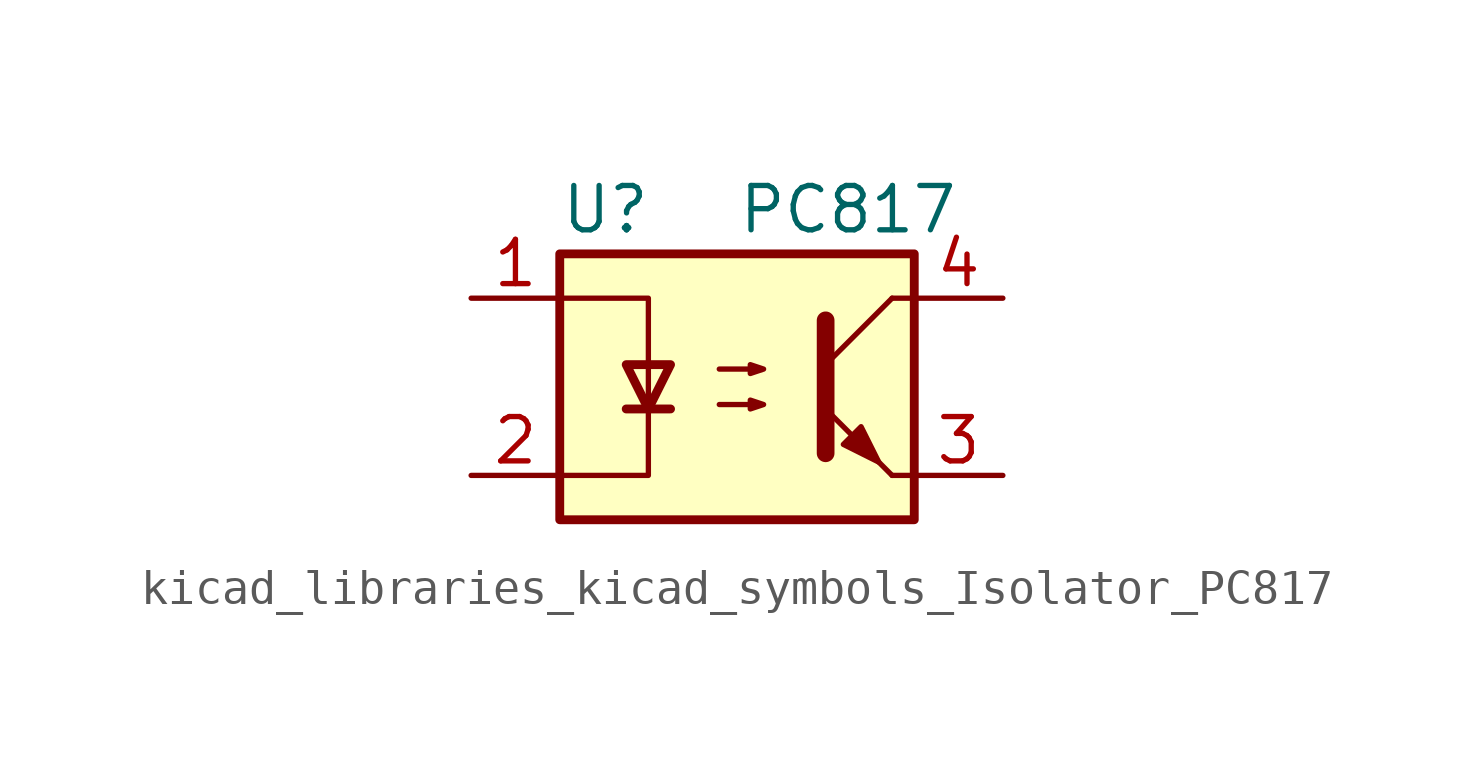
<source format=kicad_sym>
(kicad_symbol_lib
  (version 20220914)
  (generator kicad_symbol_editor)
  (symbol "kicad_libraries_kicad_symbols_Isolator_PC817"
    (pin_names
      (offset 1.016))
    (property "Reference" "U"
      (at -5.08 5.08 0)
      (effects (font (size 1.27 1.27)) (justify left)))
    (property "Value" "PC817"
      (at 0 5.08 0)
      (effects (font (size 1.27 1.27)) (justify left)))
    (symbol "kicad_libraries_kicad_symbols_Isolator_PC817_0_1"
      (rectangle (start -5.08 3.81) (end 5.08 -3.81) (stroke (width 0.254) (type default)) (fill (type background)))
      (polyline (pts (xy -3.175 -0.635) (xy -1.905 -0.635)) (stroke (width 0.254) (type default)) (fill (type none)))
      (polyline (pts (xy 2.54 0.635) (xy 4.445 2.54)) (stroke (width 0) (type default)) (fill (type none)))
      (polyline (pts (xy 4.445 -2.54) (xy 2.54 -0.635)) (stroke (width 0) (type default)) (fill (type outline)))
      (polyline (pts (xy 4.445 -2.54) (xy 5.08 -2.54)) (stroke (width 0) (type default)) (fill (type none)))
      (polyline (pts (xy 4.445 2.54) (xy 5.08 2.54)) (stroke (width 0) (type default)) (fill (type none)))
      (polyline (pts (xy -5.08 2.54) (xy -2.54 2.54) (xy -2.54 -0.635)) (stroke (width 0) (type default)) (fill (type none)))
      (polyline (pts (xy -2.54 -0.635) (xy -2.54 -2.54) (xy -5.08 -2.54)) (stroke (width 0) (type default)) (fill (type none)))
      (polyline (pts (xy 2.54 1.905) (xy 2.54 -1.905) (xy 2.54 -1.905)) (stroke (width 0.508) (type default)) (fill (type none)))
      (polyline (pts (xy -2.54 -0.635) (xy -3.175 0.635) (xy -1.905 0.635) (xy -2.54 -0.635)) (stroke (width 0.254) (type default)) (fill (type none)))
      (polyline (pts (xy -0.508 -0.508) (xy 0.762 -0.508) (xy 0.381 -0.635) (xy 0.381 -0.381) (xy 0.762 -0.508)) (stroke (width 0) (type default)) (fill (type none)))
      (polyline (pts (xy -0.508 0.508) (xy 0.762 0.508) (xy 0.381 0.381) (xy 0.381 0.635) (xy 0.762 0.508)) (stroke (width 0) (type default)) (fill (type none)))
      (polyline (pts (xy 3.048 -1.651) (xy 3.556 -1.143) (xy 4.064 -2.159) (xy 3.048 -1.651) (xy 3.048 -1.651)) (stroke (width 0) (type default)) (fill (type outline))))
    (symbol "kicad_libraries_kicad_symbols_Isolator_PC817_1_1"
      (pin passive line (at -7.62 2.54 0) (length 2.54) (name "~" (effects (font (size 1.27 1.27)))) (number "1" (effects (font (size 1.27 1.27)))))
      (pin passive line (at -7.62 -2.54 0) (length 2.54) (name "~" (effects (font (size 1.27 1.27)))) (number "2" (effects (font (size 1.27 1.27)))))
      (pin passive line (at 7.62 -2.54 180) (length 2.54) (name "~" (effects (font (size 1.27 1.27)))) (number "3" (effects (font (size 1.27 1.27)))))
      (pin passive line (at 7.62 2.54 180) (length 2.54) (name "~" (effects (font (size 1.27 1.27)))) (number "4" (effects (font (size 1.27 1.27))))))))
</source>
